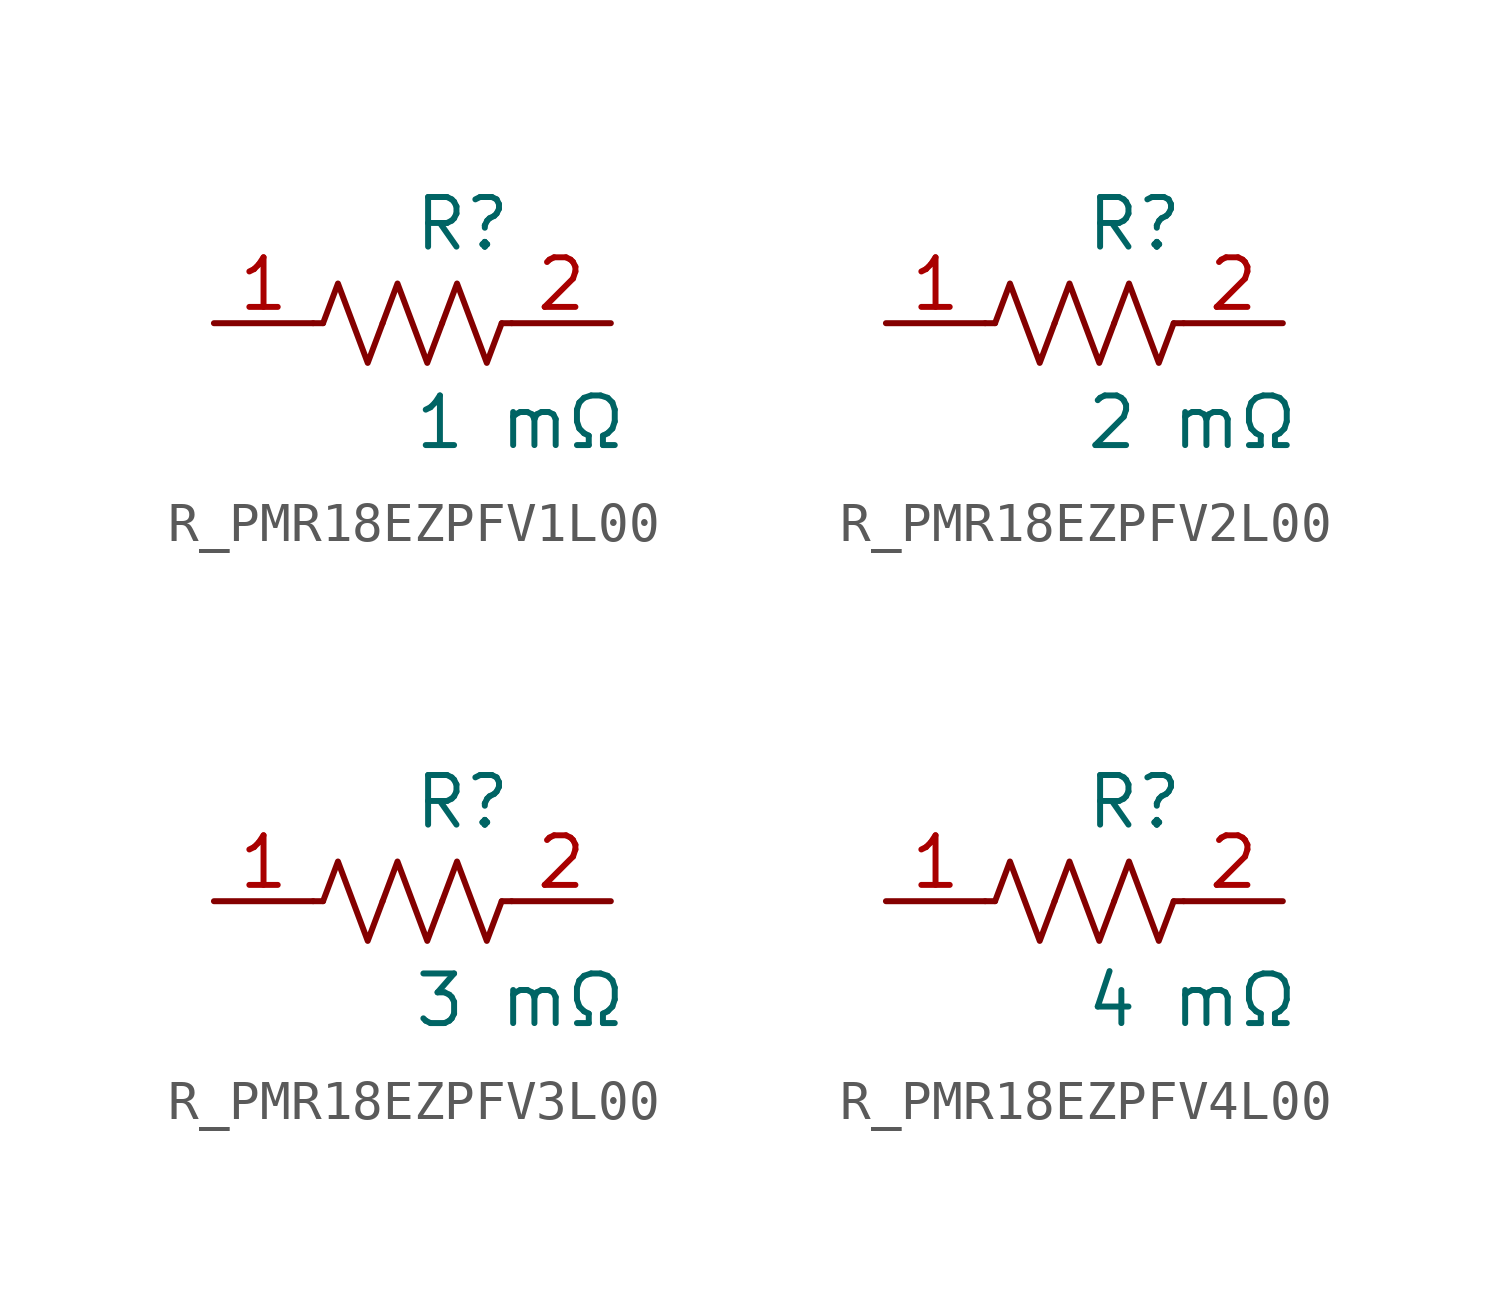
<source format=kicad_sym>
(kicad_symbol_lib
  (version 20231120)
  (generator kicad_symbol_editor)
  (generator_version 8.0)
  (symbol "R_PMR18EZPFV1L00"
    (pin_names
      (offset 0.254))
    (property "Reference" "R"
      (at 0 2.54 0)
      (effects (font (size 1.27 1.27)) (justify left)))
    (property "Value" "1 mΩ"
      (at 0 -2.54 0)
      (effects (font (size 1.27 1.27)) (justify left)))
    (symbol "R_PMR18EZPFV1L00_0_1"
      (polyline (pts (xy 2.286 0) (xy 2.54 0)) (stroke (width 0) (type default)) (fill (type none)))
      (polyline (pts (xy -2.286 0) (xy -2.54 0)) (stroke (width 0) (type default)) (fill (type none)))
      (polyline (pts (xy 0.762 0) (xy 1.143 1.016) (xy 1.524 0) (xy 1.905 -1.016) (xy 2.286 0)) (stroke (width 0) (type default)) (fill (type none)))
      (polyline (pts (xy -0.762 0) (xy -0.381 1.016) (xy 0 0) (xy 0.381 -1.016) (xy 0.762 0)) (stroke (width 0) (type default)) (fill (type none)))
      (polyline (pts (xy -2.286 0) (xy -1.905 1.016) (xy -1.524 0) (xy -1.143 -1.016) (xy -0.762 0)) (stroke (width 0) (type default)) (fill (type none))))
    (pin passive line
      (at -5.08 0 0)
      (length 2.54)
      (name "" (effects (font (size 1.27 1.27))))
      (number "1" (effects (font (size 1.27 1.27)))))
    (pin passive line
      (at 5.08 0 180)
      (length 2.54)
      (name "" (effects (font (size 1.27 1.27))))
      (number "2" (effects (font (size 1.27 1.27))))))
  (symbol "R_PMR18EZPFV2L00"
    (pin_names
      (offset 0.254))
    (property "Reference" "R"
      (at 0 2.54 0)
      (effects (font (size 1.27 1.27)) (justify left)))
    (property "Value" "2 mΩ"
      (at 0 -2.54 0)
      (effects (font (size 1.27 1.27)) (justify left)))
    (symbol "R_PMR18EZPFV2L00_0_1"
      (polyline (pts (xy 2.286 0) (xy 2.54 0)) (stroke (width 0) (type default)) (fill (type none)))
      (polyline (pts (xy -2.286 0) (xy -2.54 0)) (stroke (width 0) (type default)) (fill (type none)))
      (polyline (pts (xy 0.762 0) (xy 1.143 1.016) (xy 1.524 0) (xy 1.905 -1.016) (xy 2.286 0)) (stroke (width 0) (type default)) (fill (type none)))
      (polyline (pts (xy -0.762 0) (xy -0.381 1.016) (xy 0 0) (xy 0.381 -1.016) (xy 0.762 0)) (stroke (width 0) (type default)) (fill (type none)))
      (polyline (pts (xy -2.286 0) (xy -1.905 1.016) (xy -1.524 0) (xy -1.143 -1.016) (xy -0.762 0)) (stroke (width 0) (type default)) (fill (type none))))
    (pin passive line
      (at -5.08 0 0)
      (length 2.54)
      (name "" (effects (font (size 1.27 1.27))))
      (number "1" (effects (font (size 1.27 1.27)))))
    (pin passive line
      (at 5.08 0 180)
      (length 2.54)
      (name "" (effects (font (size 1.27 1.27))))
      (number "2" (effects (font (size 1.27 1.27))))))
  (symbol "R_PMR18EZPFV3L00"
    (pin_names
      (offset 0.254))
    (property "Reference" "R"
      (at 0 2.54 0)
      (effects (font (size 1.27 1.27)) (justify left)))
    (property "Value" "3 mΩ"
      (at 0 -2.54 0)
      (effects (font (size 1.27 1.27)) (justify left)))
    (symbol "R_PMR18EZPFV3L00_0_1"
      (polyline (pts (xy 2.286 0) (xy 2.54 0)) (stroke (width 0) (type default)) (fill (type none)))
      (polyline (pts (xy -2.286 0) (xy -2.54 0)) (stroke (width 0) (type default)) (fill (type none)))
      (polyline (pts (xy 0.762 0) (xy 1.143 1.016) (xy 1.524 0) (xy 1.905 -1.016) (xy 2.286 0)) (stroke (width 0) (type default)) (fill (type none)))
      (polyline (pts (xy -0.762 0) (xy -0.381 1.016) (xy 0 0) (xy 0.381 -1.016) (xy 0.762 0)) (stroke (width 0) (type default)) (fill (type none)))
      (polyline (pts (xy -2.286 0) (xy -1.905 1.016) (xy -1.524 0) (xy -1.143 -1.016) (xy -0.762 0)) (stroke (width 0) (type default)) (fill (type none))))
    (pin passive line
      (at -5.08 0 0)
      (length 2.54)
      (name "" (effects (font (size 1.27 1.27))))
      (number "1" (effects (font (size 1.27 1.27)))))
    (pin passive line
      (at 5.08 0 180)
      (length 2.54)
      (name "" (effects (font (size 1.27 1.27))))
      (number "2" (effects (font (size 1.27 1.27))))))
  (symbol "R_PMR18EZPFV4L00"
    (pin_names
      (offset 0.254))
    (property "Reference" "R"
      (at 0 2.54 0)
      (effects (font (size 1.27 1.27)) (justify left)))
    (property "Value" "4 mΩ"
      (at 0 -2.54 0)
      (effects (font (size 1.27 1.27)) (justify left)))
    (symbol "R_PMR18EZPFV4L00_0_1"
      (polyline (pts (xy 2.286 0) (xy 2.54 0)) (stroke (width 0) (type default)) (fill (type none)))
      (polyline (pts (xy -2.286 0) (xy -2.54 0)) (stroke (width 0) (type default)) (fill (type none)))
      (polyline (pts (xy 0.762 0) (xy 1.143 1.016) (xy 1.524 0) (xy 1.905 -1.016) (xy 2.286 0)) (stroke (width 0) (type default)) (fill (type none)))
      (polyline (pts (xy -0.762 0) (xy -0.381 1.016) (xy 0 0) (xy 0.381 -1.016) (xy 0.762 0)) (stroke (width 0) (type default)) (fill (type none)))
      (polyline (pts (xy -2.286 0) (xy -1.905 1.016) (xy -1.524 0) (xy -1.143 -1.016) (xy -0.762 0)) (stroke (width 0) (type default)) (fill (type none))))
    (pin passive line
      (at -5.08 0 0)
      (length 2.54)
      (name "" (effects (font (size 1.27 1.27))))
      (number "1" (effects (font (size 1.27 1.27)))))
    (pin passive line
      (at 5.08 0 180)
      (length 2.54)
      (name "" (effects (font (size 1.27 1.27))))
      (number "2" (effects (font (size 1.27 1.27)))))))
</source>
